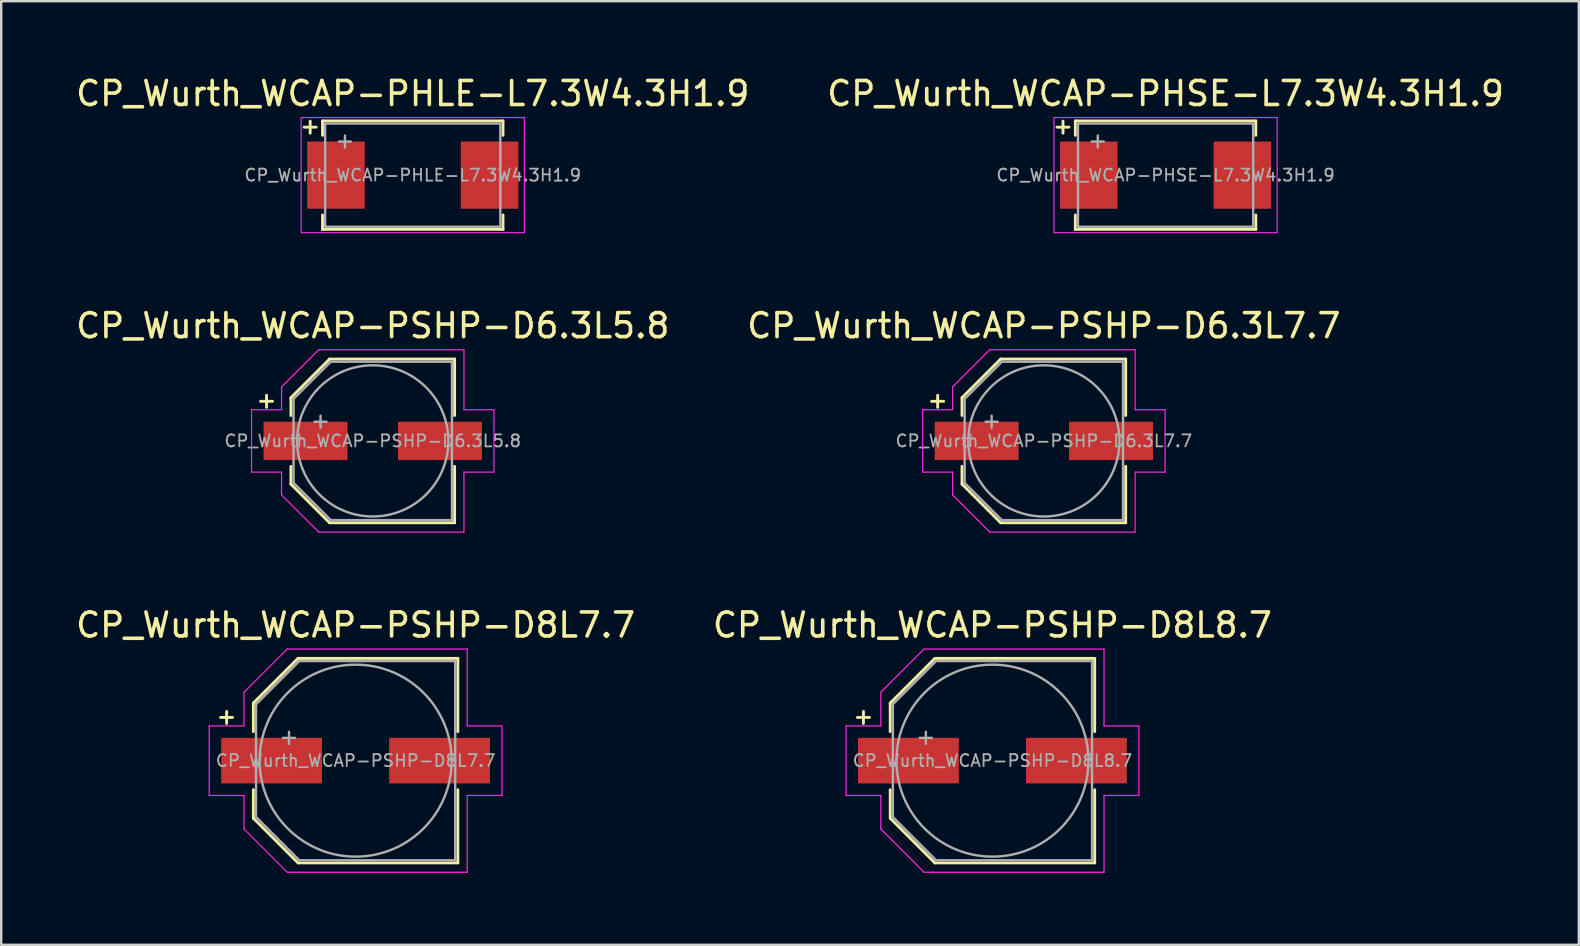
<source format=kicad_pcb>
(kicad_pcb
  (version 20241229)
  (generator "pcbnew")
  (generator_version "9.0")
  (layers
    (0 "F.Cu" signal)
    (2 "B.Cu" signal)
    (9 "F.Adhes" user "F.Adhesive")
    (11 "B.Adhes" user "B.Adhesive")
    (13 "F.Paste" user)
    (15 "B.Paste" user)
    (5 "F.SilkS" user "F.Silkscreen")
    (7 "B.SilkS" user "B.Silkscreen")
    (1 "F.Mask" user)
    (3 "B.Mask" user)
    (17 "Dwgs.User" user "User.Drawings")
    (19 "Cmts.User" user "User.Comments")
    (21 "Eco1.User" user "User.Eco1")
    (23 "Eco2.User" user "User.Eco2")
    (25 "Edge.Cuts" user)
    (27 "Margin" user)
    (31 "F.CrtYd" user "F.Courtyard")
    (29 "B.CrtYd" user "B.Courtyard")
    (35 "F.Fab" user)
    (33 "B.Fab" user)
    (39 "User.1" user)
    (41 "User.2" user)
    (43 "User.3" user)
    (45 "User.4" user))
  (footprint "CP_Wurth_WCAP-PHLE-L7.3W4.3H1.9"
    (layer "F.Cu")
    (at 14.149 4.248)
    (property "Reference" "CP_Wurth_WCAP-PHLE-L7.3W4.3H1.9" (at 0 -3.4 0) (unlocked yes) (layer "F.SilkS") (effects (font (size 1 1) (thickness 0.15))))
    (attr smd)
    (fp_line (start -4.275 -1.75) (end -4.275 -2.25) (stroke (width 0.12) (type solid)) (layer "F.SilkS"))
    (fp_line (start -4.025 -2) (end -4.525 -2) (stroke (width 0.12) (type solid)) (layer "F.SilkS"))
    (fp_line (start -3.76 -2.26) (end -3.76 -1.66) (stroke (width 0.12) (type solid)) (layer "F.SilkS"))
    (fp_line (start -3.76 -2.26) (end 3.76 -2.26) (stroke (width 0.12) (type solid)) (layer "F.SilkS"))
    (fp_line (start -3.76 2.26) (end -3.76 1.66) (stroke (width 0.12) (type solid)) (layer "F.SilkS"))
    (fp_line (start -3.76 2.26) (end 3.76 2.26) (stroke (width 0.12) (type solid)) (layer "F.SilkS"))
    (fp_line (start 3.76 -2.26) (end 3.76 -1.66) (stroke (width 0.12) (type solid)) (layer "F.SilkS"))
    (fp_line (start 3.76 2.26) (end 3.76 1.66) (stroke (width 0.12) (type solid)) (layer "F.SilkS"))
    (fp_rect (start -4.65 -2.4) (end 4.65 2.4) (stroke (width 0.05) (type solid)) (fill no) (layer "F.CrtYd"))
    (fp_line (start -2.825 -1.15) (end -2.825 -1.65) (stroke (width 0.1) (type default)) (layer "F.Fab"))
    (fp_line (start -2.575 -1.4) (end -3.075 -1.4) (stroke (width 0.1) (type default)) (layer "F.Fab"))
    (fp_rect (start -3.65 -2.15) (end 3.65 2.15) (stroke (width 0.1) (type solid)) (fill no) (layer "F.Fab"))
    (fp_text user "${REFERENCE}" (at 0 0 0) (unlocked yes) (layer "F.Fab") (effects (font (size 0.5 0.5) (thickness 0.075))))
    (pad "1" smd rect (at -3.2 0) (size 2.4 2.8) (layers "F.Cu" "F.Mask" "F.Paste"))
    (pad "2" smd rect (at 3.2 0) (size 2.4 2.8) (layers "F.Cu" "F.Mask" "F.Paste")))
  (footprint "CP_Wurth_WCAP-PSHP-D8L8.7"
    (layer "F.Cu")
    (at 38.304 28.645)
    (property "Reference" "CP_Wurth_WCAP-PSHP-D8L8.7" (at 0 -5.65 0) (unlocked yes) (layer "F.SilkS") (effects (font (size 1 1) (thickness 0.15))))
    (attr smd)
    (fp_line (start -5.375 -1.55) (end -5.375 -2.05) (stroke (width 0.12) (type solid)) (layer "F.SilkS"))
    (fp_line (start -5.125 -1.8) (end -5.625 -1.8) (stroke (width 0.12) (type solid)) (layer "F.SilkS"))
    (fp_line (start -4.26 -2.4) (end -4.26 -1.21) (stroke (width 0.12) (type default)) (layer "F.SilkS"))
    (fp_line (start -4.26 -2.4) (end -2.4 -4.26) (stroke (width 0.12) (type default)) (layer "F.SilkS"))
    (fp_line (start -4.26 2.4) (end -4.26 1.21) (stroke (width 0.12) (type default)) (layer "F.SilkS"))
    (fp_line (start -4.26 2.4) (end -2.4 4.26) (stroke (width 0.12) (type default)) (layer "F.SilkS"))
    (fp_line (start -2.4 -4.26) (end 4.26 -4.26) (stroke (width 0.12) (type solid)) (layer "F.SilkS"))
    (fp_line (start -2.4 4.26) (end 4.26 4.26) (stroke (width 0.12) (type solid)) (layer "F.SilkS"))
    (fp_line (start 4.26 -4.26) (end 4.26 -1.21) (stroke (width 0.12) (type default)) (layer "F.SilkS"))
    (fp_line (start 4.26 1.21) (end 4.26 4.26) (stroke (width 0.12) (type default)) (layer "F.SilkS"))
    (fp_line (start -6.1 -1.45) (end -6.1 1.45) (stroke (width 0.05) (type default)) (layer "F.CrtYd"))
    (fp_line (start -6.1 -1.45) (end -4.65 -1.45) (stroke (width 0.05) (type default)) (layer "F.CrtYd"))
    (fp_line (start -6.1 1.45) (end -4.65 1.45) (stroke (width 0.05) (type default)) (layer "F.CrtYd"))
    (fp_line (start -4.65 -2.85) (end -4.65 -1.45) (stroke (width 0.05) (type default)) (layer "F.CrtYd"))
    (fp_line (start -4.65 -2.85) (end -2.85 -4.65) (stroke (width 0.05) (type default)) (layer "F.CrtYd"))
    (fp_line (start -4.65 1.45) (end -4.65 2.85) (stroke (width 0.05) (type default)) (layer "F.CrtYd"))
    (fp_line (start -4.65 2.85) (end -2.85 4.65) (stroke (width 0.05) (type default)) (layer "F.CrtYd"))
    (fp_line (start -2.85 -4.65) (end 4.65 -4.65) (stroke (width 0.05) (type default)) (layer "F.CrtYd"))
    (fp_line (start -2.85 4.65) (end 4.65 4.65) (stroke (width 0.05) (type default)) (layer "F.CrtYd"))
    (fp_line (start 4.65 -4.65) (end 4.65 -1.45) (stroke (width 0.05) (type default)) (layer "F.CrtYd"))
    (fp_line (start 4.65 -1.45) (end 6.1 -1.45) (stroke (width 0.05) (type default)) (layer "F.CrtYd"))
    (fp_line (start 4.65 1.45) (end 4.65 4.65) (stroke (width 0.05) (type default)) (layer "F.CrtYd"))
    (fp_line (start 4.65 1.45) (end 6.1 1.45) (stroke (width 0.05) (type default)) (layer "F.CrtYd"))
    (fp_line (start 6.1 -1.45) (end 6.1 1.45) (stroke (width 0.05) (type default)) (layer "F.CrtYd"))
    (fp_line (start -4.15 -2.35) (end -2.35 -4.15) (stroke (width 0.1) (type default)) (layer "F.Fab"))
    (fp_line (start -4.15 2.35) (end -4.15 -2.35) (stroke (width 0.1) (type default)) (layer "F.Fab"))
    (fp_line (start -2.775 -0.7) (end -2.775 -1.2) (stroke (width 0.1) (type default)) (layer "F.Fab"))
    (fp_line (start -2.525 -0.95) (end -3.025 -0.95) (stroke (width 0.1) (type default)) (layer "F.Fab"))
    (fp_line (start -2.35 -4.15) (end 4.15 -4.15) (stroke (width 0.1) (type default)) (layer "F.Fab"))
    (fp_line (start -2.35 4.15) (end -4.15 2.35) (stroke (width 0.1) (type default)) (layer "F.Fab"))
    (fp_line (start 4.15 -4.15) (end 4.15 4.15) (stroke (width 0.1) (type default)) (layer "F.Fab"))
    (fp_line (start 4.15 4.15) (end -2.35 4.15) (stroke (width 0.1) (type default)) (layer "F.Fab"))
    (fp_circle (center 0 0) (end 4 0) (stroke (width 0.1) (type default)) (fill no) (layer "F.Fab"))
    (fp_text user "${REFERENCE}" (at 0 0 0) (unlocked yes) (layer "F.Fab") (effects (font (size 0.5 0.5) (thickness 0.075))))
    (pad "1" smd rect (at -3.5 0) (size 4.2 1.9) (layers "F.Cu" "F.Mask" "F.Paste"))
    (pad "2" smd rect (at 3.5 0) (size 4.2 1.9) (layers "F.Cu" "F.Mask" "F.Paste")))
  (footprint "CP_Wurth_WCAP-PSHP-D6.3L5.8"
    (layer "F.Cu")
    (at 12.482 15.322)
    (property "Reference" "CP_Wurth_WCAP-PSHP-D6.3L5.8" (at 0 -4.8 0) (unlocked yes) (layer "F.SilkS") (effects (font (size 1 1) (thickness 0.15))))
    (attr smd)
    (fp_line (start -4.425 -1.4) (end -4.425 -1.9) (stroke (width 0.12) (type solid)) (layer "F.SilkS"))
    (fp_line (start -4.175 -1.65) (end -4.675 -1.65) (stroke (width 0.12) (type solid)) (layer "F.SilkS"))
    (fp_line (start -3.41 -1.8) (end -3.41 -1.06) (stroke (width 0.12) (type default)) (layer "F.SilkS"))
    (fp_line (start -3.41 -1.8) (end -1.8 -3.41) (stroke (width 0.12) (type default)) (layer "F.SilkS"))
    (fp_line (start -3.41 1.8) (end -3.41 1.06) (stroke (width 0.12) (type default)) (layer "F.SilkS"))
    (fp_line (start -3.41 1.8) (end -1.8 3.41) (stroke (width 0.12) (type default)) (layer "F.SilkS"))
    (fp_line (start -1.8 -3.41) (end 3.41 -3.41) (stroke (width 0.12) (type solid)) (layer "F.SilkS"))
    (fp_line (start -1.8 3.41) (end 3.41 3.41) (stroke (width 0.12) (type solid)) (layer "F.SilkS"))
    (fp_line (start 3.41 -3.41) (end 3.41 -1.06) (stroke (width 0.12) (type default)) (layer "F.SilkS"))
    (fp_line (start 3.41 1.06) (end 3.41 3.41) (stroke (width 0.12) (type default)) (layer "F.SilkS"))
    (fp_line (start -5.05 -1.3) (end -5.05 1.3) (stroke (width 0.05) (type default)) (layer "F.CrtYd"))
    (fp_line (start -5.05 -1.3) (end -3.8 -1.3) (stroke (width 0.05) (type default)) (layer "F.CrtYd"))
    (fp_line (start -5.05 1.3) (end -3.8 1.3) (stroke (width 0.05) (type default)) (layer "F.CrtYd"))
    (fp_line (start -3.8 -2.25) (end -3.8 -1.3) (stroke (width 0.05) (type default)) (layer "F.CrtYd"))
    (fp_line (start -3.8 -2.25) (end -2.25 -3.8) (stroke (width 0.05) (type default)) (layer "F.CrtYd"))
    (fp_line (start -3.8 1.3) (end -3.8 2.25) (stroke (width 0.05) (type default)) (layer "F.CrtYd"))
    (fp_line (start -3.8 2.25) (end -2.25 3.8) (stroke (width 0.05) (type default)) (layer "F.CrtYd"))
    (fp_line (start -2.25 -3.8) (end 3.8 -3.8) (stroke (width 0.05) (type default)) (layer "F.CrtYd"))
    (fp_line (start -2.25 3.8) (end 3.8 3.8) (stroke (width 0.05) (type default)) (layer "F.CrtYd"))
    (fp_line (start 3.8 -3.8) (end 3.8 -1.3) (stroke (width 0.05) (type default)) (layer "F.CrtYd"))
    (fp_line (start 3.8 -1.3) (end 5.05 -1.3) (stroke (width 0.05) (type default)) (layer "F.CrtYd"))
    (fp_line (start 3.8 1.3) (end 3.8 3.8) (stroke (width 0.05) (type default)) (layer "F.CrtYd"))
    (fp_line (start 3.8 1.3) (end 5.05 1.3) (stroke (width 0.05) (type default)) (layer "F.CrtYd"))
    (fp_line (start 5.05 -1.3) (end 5.05 1.3) (stroke (width 0.05) (type default)) (layer "F.CrtYd"))
    (fp_line (start -3.3 -1.75) (end -1.75 -3.3) (stroke (width 0.1) (type default)) (layer "F.Fab"))
    (fp_line (start -3.3 1.75) (end -3.3 -1.75) (stroke (width 0.1) (type default)) (layer "F.Fab"))
    (fp_line (start -2.175 -0.55) (end -2.175 -1.05) (stroke (width 0.1) (type default)) (layer "F.Fab"))
    (fp_line (start -1.925 -0.8) (end -2.425 -0.8) (stroke (width 0.1) (type default)) (layer "F.Fab"))
    (fp_line (start -1.75 -3.3) (end 3.3 -3.3) (stroke (width 0.1) (type default)) (layer "F.Fab"))
    (fp_line (start -1.75 3.3) (end -3.3 1.75) (stroke (width 0.1) (type default)) (layer "F.Fab"))
    (fp_line (start 3.3 -3.3) (end 3.3 3.3) (stroke (width 0.1) (type default)) (layer "F.Fab"))
    (fp_line (start 3.3 3.3) (end -1.75 3.3) (stroke (width 0.1) (type default)) (layer "F.Fab"))
    (fp_circle (center 0 0) (end 3.15 0) (stroke (width 0.1) (type default)) (fill no) (layer "F.Fab"))
    (fp_text user "${REFERENCE}" (at 0 0 0) (unlocked yes) (layer "F.Fab") (effects (font (size 0.5 0.5) (thickness 0.075))))
    (pad "1" smd rect (at -2.8 0) (size 3.5 1.6) (layers "F.Cu" "F.Mask" "F.Paste"))
    (pad "2" smd rect (at 2.8 0) (size 3.5 1.6) (layers "F.Cu" "F.Mask" "F.Paste")))
  (footprint "CP_Wurth_WCAP-PSHP-D6.3L7.7"
    (layer "F.Cu")
    (at 40.446 15.322)
    (property "Reference" "CP_Wurth_WCAP-PSHP-D6.3L7.7" (at 0 -4.8 0) (unlocked yes) (layer "F.SilkS") (effects (font (size 1 1) (thickness 0.15))))
    (attr smd)
    (fp_line (start -4.425 -1.4) (end -4.425 -1.9) (stroke (width 0.12) (type solid)) (layer "F.SilkS"))
    (fp_line (start -4.175 -1.65) (end -4.675 -1.65) (stroke (width 0.12) (type solid)) (layer "F.SilkS"))
    (fp_line (start -3.41 -1.8) (end -3.41 -1.06) (stroke (width 0.12) (type default)) (layer "F.SilkS"))
    (fp_line (start -3.41 -1.8) (end -1.8 -3.41) (stroke (width 0.12) (type default)) (layer "F.SilkS"))
    (fp_line (start -3.41 1.8) (end -3.41 1.06) (stroke (width 0.12) (type default)) (layer "F.SilkS"))
    (fp_line (start -3.41 1.8) (end -1.8 3.41) (stroke (width 0.12) (type default)) (layer "F.SilkS"))
    (fp_line (start -1.8 -3.41) (end 3.41 -3.41) (stroke (width 0.12) (type solid)) (layer "F.SilkS"))
    (fp_line (start -1.8 3.41) (end 3.41 3.41) (stroke (width 0.12) (type solid)) (layer "F.SilkS"))
    (fp_line (start 3.41 -3.41) (end 3.41 -1.06) (stroke (width 0.12) (type default)) (layer "F.SilkS"))
    (fp_line (start 3.41 1.06) (end 3.41 3.41) (stroke (width 0.12) (type default)) (layer "F.SilkS"))
    (fp_line (start -5.05 -1.3) (end -5.05 1.3) (stroke (width 0.05) (type default)) (layer "F.CrtYd"))
    (fp_line (start -5.05 -1.3) (end -3.8 -1.3) (stroke (width 0.05) (type default)) (layer "F.CrtYd"))
    (fp_line (start -5.05 1.3) (end -3.8 1.3) (stroke (width 0.05) (type default)) (layer "F.CrtYd"))
    (fp_line (start -3.8 -2.25) (end -3.8 -1.3) (stroke (width 0.05) (type default)) (layer "F.CrtYd"))
    (fp_line (start -3.8 -2.25) (end -2.25 -3.8) (stroke (width 0.05) (type default)) (layer "F.CrtYd"))
    (fp_line (start -3.8 1.3) (end -3.8 2.25) (stroke (width 0.05) (type default)) (layer "F.CrtYd"))
    (fp_line (start -3.8 2.25) (end -2.25 3.8) (stroke (width 0.05) (type default)) (layer "F.CrtYd"))
    (fp_line (start -2.25 -3.8) (end 3.8 -3.8) (stroke (width 0.05) (type default)) (layer "F.CrtYd"))
    (fp_line (start -2.25 3.8) (end 3.8 3.8) (stroke (width 0.05) (type default)) (layer "F.CrtYd"))
    (fp_line (start 3.8 -3.8) (end 3.8 -1.3) (stroke (width 0.05) (type default)) (layer "F.CrtYd"))
    (fp_line (start 3.8 -1.3) (end 5.05 -1.3) (stroke (width 0.05) (type default)) (layer "F.CrtYd"))
    (fp_line (start 3.8 1.3) (end 3.8 3.8) (stroke (width 0.05) (type default)) (layer "F.CrtYd"))
    (fp_line (start 3.8 1.3) (end 5.05 1.3) (stroke (width 0.05) (type default)) (layer "F.CrtYd"))
    (fp_line (start 5.05 -1.3) (end 5.05 1.3) (stroke (width 0.05) (type default)) (layer "F.CrtYd"))
    (fp_line (start -3.3 -1.75) (end -1.75 -3.3) (stroke (width 0.1) (type default)) (layer "F.Fab"))
    (fp_line (start -3.3 1.75) (end -3.3 -1.75) (stroke (width 0.1) (type default)) (layer "F.Fab"))
    (fp_line (start -2.175 -0.55) (end -2.175 -1.05) (stroke (width 0.1) (type default)) (layer "F.Fab"))
    (fp_line (start -1.925 -0.8) (end -2.425 -0.8) (stroke (width 0.1) (type default)) (layer "F.Fab"))
    (fp_line (start -1.75 -3.3) (end 3.3 -3.3) (stroke (width 0.1) (type default)) (layer "F.Fab"))
    (fp_line (start -1.75 3.3) (end -3.3 1.75) (stroke (width 0.1) (type default)) (layer "F.Fab"))
    (fp_line (start 3.3 -3.3) (end 3.3 3.3) (stroke (width 0.1) (type default)) (layer "F.Fab"))
    (fp_line (start 3.3 3.3) (end -1.75 3.3) (stroke (width 0.1) (type default)) (layer "F.Fab"))
    (fp_circle (center 0 0) (end 3.15 0) (stroke (width 0.1) (type default)) (fill no) (layer "F.Fab"))
    (fp_text user "${REFERENCE}" (at 0 0 0) (unlocked yes) (layer "F.Fab") (effects (font (size 0.5 0.5) (thickness 0.075))))
    (pad "1" smd rect (at -2.8 0) (size 3.5 1.6) (layers "F.Cu" "F.Mask" "F.Paste"))
    (pad "2" smd rect (at 2.8 0) (size 3.5 1.6) (layers "F.Cu" "F.Mask" "F.Paste")))
  (footprint "CP_Wurth_WCAP-PSHP-D8L7.7"
    (layer "F.Cu")
    (at 11.768 28.645)
    (property "Reference" "CP_Wurth_WCAP-PSHP-D8L7.7" (at 0 -5.65 0) (unlocked yes) (layer "F.SilkS") (effects (font (size 1 1) (thickness 0.15))))
    (attr smd)
    (fp_line (start -5.375 -1.55) (end -5.375 -2.05) (stroke (width 0.12) (type solid)) (layer "F.SilkS"))
    (fp_line (start -5.125 -1.8) (end -5.625 -1.8) (stroke (width 0.12) (type solid)) (layer "F.SilkS"))
    (fp_line (start -4.26 -2.4) (end -4.26 -1.21) (stroke (width 0.12) (type default)) (layer "F.SilkS"))
    (fp_line (start -4.26 -2.4) (end -2.4 -4.26) (stroke (width 0.12) (type default)) (layer "F.SilkS"))
    (fp_line (start -4.26 2.4) (end -4.26 1.21) (stroke (width 0.12) (type default)) (layer "F.SilkS"))
    (fp_line (start -4.26 2.4) (end -2.4 4.26) (stroke (width 0.12) (type default)) (layer "F.SilkS"))
    (fp_line (start -2.4 -4.26) (end 4.26 -4.26) (stroke (width 0.12) (type solid)) (layer "F.SilkS"))
    (fp_line (start -2.4 4.26) (end 4.26 4.26) (stroke (width 0.12) (type solid)) (layer "F.SilkS"))
    (fp_line (start 4.26 -4.26) (end 4.26 -1.21) (stroke (width 0.12) (type default)) (layer "F.SilkS"))
    (fp_line (start 4.26 1.21) (end 4.26 4.26) (stroke (width 0.12) (type default)) (layer "F.SilkS"))
    (fp_line (start -6.1 -1.45) (end -6.1 1.45) (stroke (width 0.05) (type default)) (layer "F.CrtYd"))
    (fp_line (start -6.1 -1.45) (end -4.65 -1.45) (stroke (width 0.05) (type default)) (layer "F.CrtYd"))
    (fp_line (start -6.1 1.45) (end -4.65 1.45) (stroke (width 0.05) (type default)) (layer "F.CrtYd"))
    (fp_line (start -4.65 -2.85) (end -4.65 -1.45) (stroke (width 0.05) (type default)) (layer "F.CrtYd"))
    (fp_line (start -4.65 -2.85) (end -2.85 -4.65) (stroke (width 0.05) (type default)) (layer "F.CrtYd"))
    (fp_line (start -4.65 1.45) (end -4.65 2.85) (stroke (width 0.05) (type default)) (layer "F.CrtYd"))
    (fp_line (start -4.65 2.85) (end -2.85 4.65) (stroke (width 0.05) (type default)) (layer "F.CrtYd"))
    (fp_line (start -2.85 -4.65) (end 4.65 -4.65) (stroke (width 0.05) (type default)) (layer "F.CrtYd"))
    (fp_line (start -2.85 4.65) (end 4.65 4.65) (stroke (width 0.05) (type default)) (layer "F.CrtYd"))
    (fp_line (start 4.65 -4.65) (end 4.65 -1.45) (stroke (width 0.05) (type default)) (layer "F.CrtYd"))
    (fp_line (start 4.65 -1.45) (end 6.1 -1.45) (stroke (width 0.05) (type default)) (layer "F.CrtYd"))
    (fp_line (start 4.65 1.45) (end 4.65 4.65) (stroke (width 0.05) (type default)) (layer "F.CrtYd"))
    (fp_line (start 4.65 1.45) (end 6.1 1.45) (stroke (width 0.05) (type default)) (layer "F.CrtYd"))
    (fp_line (start 6.1 -1.45) (end 6.1 1.45) (stroke (width 0.05) (type default)) (layer "F.CrtYd"))
    (fp_line (start -4.15 -2.35) (end -2.35 -4.15) (stroke (width 0.1) (type default)) (layer "F.Fab"))
    (fp_line (start -4.15 2.35) (end -4.15 -2.35) (stroke (width 0.1) (type default)) (layer "F.Fab"))
    (fp_line (start -2.775 -0.7) (end -2.775 -1.2) (stroke (width 0.1) (type default)) (layer "F.Fab"))
    (fp_line (start -2.525 -0.95) (end -3.025 -0.95) (stroke (width 0.1) (type default)) (layer "F.Fab"))
    (fp_line (start -2.35 -4.15) (end 4.15 -4.15) (stroke (width 0.1) (type default)) (layer "F.Fab"))
    (fp_line (start -2.35 4.15) (end -4.15 2.35) (stroke (width 0.1) (type default)) (layer "F.Fab"))
    (fp_line (start 4.15 -4.15) (end 4.15 4.15) (stroke (width 0.1) (type default)) (layer "F.Fab"))
    (fp_line (start 4.15 4.15) (end -2.35 4.15) (stroke (width 0.1) (type default)) (layer "F.Fab"))
    (fp_circle (center 0 0) (end 4 0) (stroke (width 0.1) (type default)) (fill no) (layer "F.Fab"))
    (fp_text user "${REFERENCE}" (at 0 0 0) (unlocked yes) (layer "F.Fab") (effects (font (size 0.5 0.5) (thickness 0.075))))
    (pad "1" smd rect (at -3.5 0) (size 4.2 1.9) (layers "F.Cu" "F.Mask" "F.Paste"))
    (pad "2" smd rect (at 3.5 0) (size 4.2 1.9) (layers "F.Cu" "F.Mask" "F.Paste")))
  (footprint "CP_Wurth_WCAP-PHSE-L7.3W4.3H1.9"
    (layer "F.Cu")
    (at 45.518 4.248)
    (property "Reference" "CP_Wurth_WCAP-PHSE-L7.3W4.3H1.9" (at 0 -3.4 0) (unlocked yes) (layer "F.SilkS") (effects (font (size 1 1) (thickness 0.15))))
    (attr smd)
    (fp_line (start -4.275 -1.75) (end -4.275 -2.25) (stroke (width 0.12) (type solid)) (layer "F.SilkS"))
    (fp_line (start -4.025 -2) (end -4.525 -2) (stroke (width 0.12) (type solid)) (layer "F.SilkS"))
    (fp_line (start -3.76 -2.26) (end -3.76 -1.66) (stroke (width 0.12) (type solid)) (layer "F.SilkS"))
    (fp_line (start -3.76 -2.26) (end 3.76 -2.26) (stroke (width 0.12) (type solid)) (layer "F.SilkS"))
    (fp_line (start -3.76 2.26) (end -3.76 1.66) (stroke (width 0.12) (type solid)) (layer "F.SilkS"))
    (fp_line (start -3.76 2.26) (end 3.76 2.26) (stroke (width 0.12) (type solid)) (layer "F.SilkS"))
    (fp_line (start 3.76 -2.26) (end 3.76 -1.66) (stroke (width 0.12) (type solid)) (layer "F.SilkS"))
    (fp_line (start 3.76 2.26) (end 3.76 1.66) (stroke (width 0.12) (type solid)) (layer "F.SilkS"))
    (fp_rect (start -4.65 -2.4) (end 4.65 2.4) (stroke (width 0.05) (type solid)) (fill no) (layer "F.CrtYd"))
    (fp_line (start -2.825 -1.15) (end -2.825 -1.65) (stroke (width 0.1) (type default)) (layer "F.Fab"))
    (fp_line (start -2.575 -1.4) (end -3.075 -1.4) (stroke (width 0.1) (type default)) (layer "F.Fab"))
    (fp_rect (start -3.65 -2.15) (end 3.65 2.15) (stroke (width 0.1) (type solid)) (fill no) (layer "F.Fab"))
    (fp_text user "${REFERENCE}" (at 0 0 0) (unlocked yes) (layer "F.Fab") (effects (font (size 0.5 0.5) (thickness 0.075))))
    (pad "1" smd rect (at -3.2 0) (size 2.4 2.8) (layers "F.Cu" "F.Mask" "F.Paste"))
    (pad "2" smd rect (at 3.2 0) (size 2.4 2.8) (layers "F.Cu" "F.Mask" "F.Paste")))
  (gr_rect
    (start -3 -3)
    (end 62.738 36.32)
    (stroke (width 0.1) (type default))
    (fill no)
    (layer "Edge.Cuts")))
</source>
